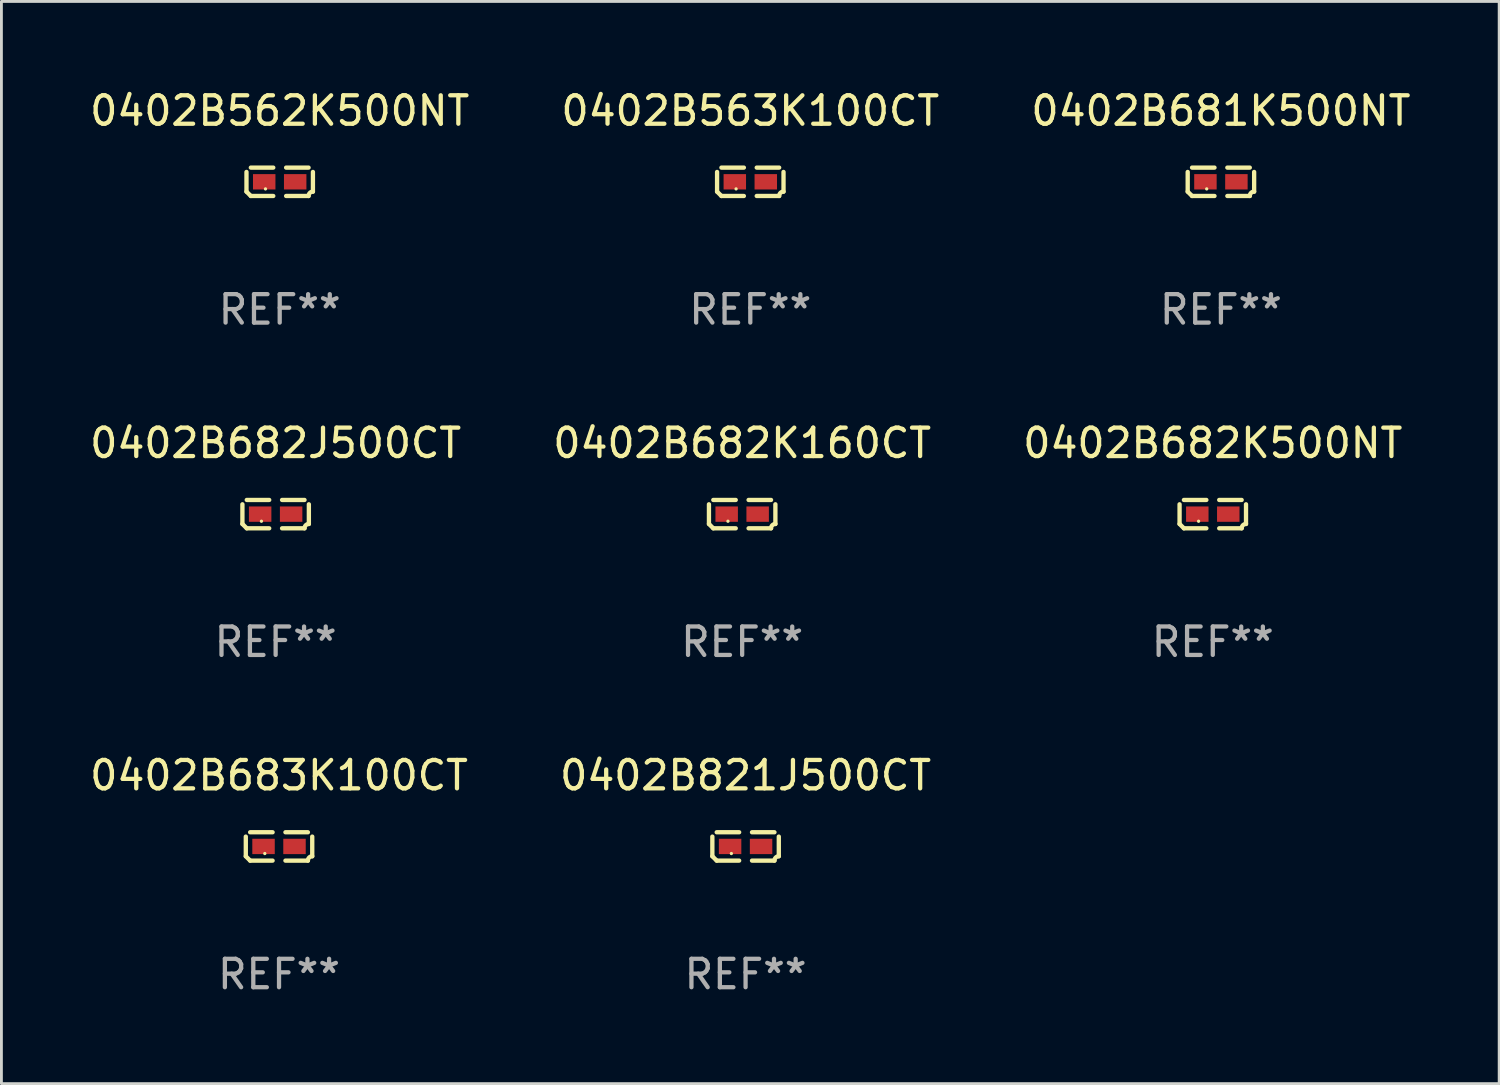
<source format=kicad_pcb>
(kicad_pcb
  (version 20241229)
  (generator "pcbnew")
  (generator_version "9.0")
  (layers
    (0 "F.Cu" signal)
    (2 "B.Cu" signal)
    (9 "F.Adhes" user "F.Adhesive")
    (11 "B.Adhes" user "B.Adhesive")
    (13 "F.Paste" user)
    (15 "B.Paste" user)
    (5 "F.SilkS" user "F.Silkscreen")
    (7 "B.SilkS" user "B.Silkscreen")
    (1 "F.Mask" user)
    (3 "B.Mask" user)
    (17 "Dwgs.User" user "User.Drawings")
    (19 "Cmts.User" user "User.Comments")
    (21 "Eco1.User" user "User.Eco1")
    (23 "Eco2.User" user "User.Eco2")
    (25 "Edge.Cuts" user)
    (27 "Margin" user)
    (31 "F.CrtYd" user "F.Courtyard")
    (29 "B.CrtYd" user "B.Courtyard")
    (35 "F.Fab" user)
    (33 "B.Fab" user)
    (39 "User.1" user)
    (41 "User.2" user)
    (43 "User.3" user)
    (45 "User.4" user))
  (footprint "0402B562K500NT"
    (layer "F.Cu")
    (at 6.792 3.347)
    (property "Reference" "0402B562K500NT" (at 0 -2.499 0) (layer "F.SilkS") (effects (font (size 1 1) (thickness 0.15))))
    (attr through_hole)
    (fp_line (start -1.169 0.346) (end -1.169 -0.346) (stroke (width 0.152) (type solid)) (layer "F.SilkS"))
    (fp_line (start -1.016 -0.499) (end -0.226 -0.499) (stroke (width 0.152) (type solid)) (layer "F.SilkS"))
    (fp_line (start -0.226 0.499) (end -1.016 0.499) (stroke (width 0.152) (type solid)) (layer "F.SilkS"))
    (fp_line (start 0.226 0.499) (end 1.016 0.499) (stroke (width 0.152) (type solid)) (layer "F.SilkS"))
    (fp_line (start 1.016 -0.499) (end 0.226 -0.499) (stroke (width 0.152) (type solid)) (layer "F.SilkS"))
    (fp_line (start 1.169 0.346) (end 1.169 -0.346) (stroke (width 0.152) (type solid)) (layer "F.SilkS"))
    (fp_arc (start -1.016307 0.498603) (mid -1.092512 0.422405) (end -1.16871 0.3462) (stroke (width 0.1524) (type solid)) (layer "F.SilkS"))
    (fp_arc (start 1.016307 0.498603) (mid 1.060899 0.390758) (end 1.168707 0.346076) (stroke (width 0.1524) (type solid)) (layer "F.SilkS"))
    (fp_circle (center -0.5 0.25) (end -0.47 0.25) (stroke (width 0.06) (type solid)) (fill no) (layer "F.SilkS"))
    (fp_text user "REF**" (at 0 4.499 0) (layer "F.Fab") (effects (font (size 1 1) (thickness 0.15))))
    (pad "1" smd rect (at -0.545 0) (size 0.79 0.54) (layers "F.Cu" "F.Mask" "F.Paste"))
    (pad "2" smd rect (at 0.545 0) (size 0.79 0.54) (layers "F.Cu" "F.Mask" "F.Paste")))
  (footprint "0402B563K100CT"
    (layer "F.Cu")
    (at 23.351 3.347)
    (property "Reference" "0402B563K100CT" (at 0 -2.499 0) (layer "F.SilkS") (effects (font (size 1 1) (thickness 0.15))))
    (attr through_hole)
    (fp_line (start -1.169 0.346) (end -1.169 -0.346) (stroke (width 0.152) (type solid)) (layer "F.SilkS"))
    (fp_line (start -1.016 -0.499) (end -0.226 -0.499) (stroke (width 0.152) (type solid)) (layer "F.SilkS"))
    (fp_line (start -0.226 0.499) (end -1.016 0.499) (stroke (width 0.152) (type solid)) (layer "F.SilkS"))
    (fp_line (start 0.226 0.499) (end 1.016 0.499) (stroke (width 0.152) (type solid)) (layer "F.SilkS"))
    (fp_line (start 1.016 -0.499) (end 0.226 -0.499) (stroke (width 0.152) (type solid)) (layer "F.SilkS"))
    (fp_line (start 1.169 0.346) (end 1.169 -0.346) (stroke (width 0.152) (type solid)) (layer "F.SilkS"))
    (fp_arc (start -1.016307 0.498603) (mid -1.092512 0.422405) (end -1.16871 0.3462) (stroke (width 0.1524) (type solid)) (layer "F.SilkS"))
    (fp_arc (start 1.016307 0.498603) (mid 1.060899 0.390758) (end 1.168707 0.346076) (stroke (width 0.1524) (type solid)) (layer "F.SilkS"))
    (fp_circle (center -0.5 0.25) (end -0.47 0.25) (stroke (width 0.06) (type solid)) (fill no) (layer "F.SilkS"))
    (fp_text user "REF**" (at 0 4.499 0) (layer "F.Fab") (effects (font (size 1 1) (thickness 0.15))))
    (pad "1" smd rect (at -0.545 0) (size 0.79 0.54) (layers "F.Cu" "F.Mask" "F.Paste"))
    (pad "2" smd rect (at 0.545 0) (size 0.79 0.54) (layers "F.Cu" "F.Mask" "F.Paste")))
  (footprint "0402B682J500CT"
    (layer "F.Cu")
    (at 6.649 15.041)
    (property "Reference" "0402B682J500CT" (at 0 -2.499 0) (layer "F.SilkS") (effects (font (size 1 1) (thickness 0.15))))
    (attr through_hole)
    (fp_line (start -1.169 0.346) (end -1.169 -0.346) (stroke (width 0.152) (type solid)) (layer "F.SilkS"))
    (fp_line (start -1.016 -0.499) (end -0.226 -0.499) (stroke (width 0.152) (type solid)) (layer "F.SilkS"))
    (fp_line (start -0.226 0.499) (end -1.016 0.499) (stroke (width 0.152) (type solid)) (layer "F.SilkS"))
    (fp_line (start 0.226 0.499) (end 1.016 0.499) (stroke (width 0.152) (type solid)) (layer "F.SilkS"))
    (fp_line (start 1.016 -0.499) (end 0.226 -0.499) (stroke (width 0.152) (type solid)) (layer "F.SilkS"))
    (fp_line (start 1.169 0.346) (end 1.169 -0.346) (stroke (width 0.152) (type solid)) (layer "F.SilkS"))
    (fp_arc (start -1.016307 0.498603) (mid -1.092512 0.422405) (end -1.16871 0.3462) (stroke (width 0.1524) (type solid)) (layer "F.SilkS"))
    (fp_arc (start 1.016307 0.498603) (mid 1.060899 0.390758) (end 1.168707 0.346076) (stroke (width 0.1524) (type solid)) (layer "F.SilkS"))
    (fp_circle (center -0.5 0.25) (end -0.47 0.25) (stroke (width 0.06) (type solid)) (fill no) (layer "F.SilkS"))
    (fp_text user "REF**" (at 0 4.499 0) (layer "F.Fab") (effects (font (size 1 1) (thickness 0.15))))
    (pad "1" smd rect (at -0.545 0) (size 0.79 0.54) (layers "F.Cu" "F.Mask" "F.Paste"))
    (pad "2" smd rect (at 0.545 0) (size 0.79 0.54) (layers "F.Cu" "F.Mask" "F.Paste")))
  (footprint "0402B681K500NT"
    (layer "F.Cu")
    (at 39.911 3.347)
    (property "Reference" "0402B681K500NT" (at 0 -2.499 0) (layer "F.SilkS") (effects (font (size 1 1) (thickness 0.15))))
    (attr through_hole)
    (fp_line (start -1.169 0.346) (end -1.169 -0.346) (stroke (width 0.152) (type solid)) (layer "F.SilkS"))
    (fp_line (start -1.016 -0.499) (end -0.226 -0.499) (stroke (width 0.152) (type solid)) (layer "F.SilkS"))
    (fp_line (start -0.226 0.499) (end -1.016 0.499) (stroke (width 0.152) (type solid)) (layer "F.SilkS"))
    (fp_line (start 0.226 0.499) (end 1.016 0.499) (stroke (width 0.152) (type solid)) (layer "F.SilkS"))
    (fp_line (start 1.016 -0.499) (end 0.226 -0.499) (stroke (width 0.152) (type solid)) (layer "F.SilkS"))
    (fp_line (start 1.169 0.346) (end 1.169 -0.346) (stroke (width 0.152) (type solid)) (layer "F.SilkS"))
    (fp_arc (start -1.016307 0.498603) (mid -1.092512 0.422405) (end -1.16871 0.3462) (stroke (width 0.1524) (type solid)) (layer "F.SilkS"))
    (fp_arc (start 1.016307 0.498603) (mid 1.060899 0.390758) (end 1.168707 0.346076) (stroke (width 0.1524) (type solid)) (layer "F.SilkS"))
    (fp_circle (center -0.5 0.25) (end -0.47 0.25) (stroke (width 0.06) (type solid)) (fill no) (layer "F.SilkS"))
    (fp_text user "REF**" (at 0 4.499 0) (layer "F.Fab") (effects (font (size 1 1) (thickness 0.15))))
    (pad "1" smd rect (at -0.545 0) (size 0.79 0.54) (layers "F.Cu" "F.Mask" "F.Paste"))
    (pad "2" smd rect (at 0.545 0) (size 0.79 0.54) (layers "F.Cu" "F.Mask" "F.Paste")))
  (footprint "0402B683K100CT"
    (layer "F.Cu")
    (at 6.768 26.734)
    (property "Reference" "0402B683K100CT" (at 0 -2.499 0) (layer "F.SilkS") (effects (font (size 1 1) (thickness 0.15))))
    (attr through_hole)
    (fp_line (start -1.169 0.346) (end -1.169 -0.346) (stroke (width 0.152) (type solid)) (layer "F.SilkS"))
    (fp_line (start -1.016 -0.499) (end -0.226 -0.499) (stroke (width 0.152) (type solid)) (layer "F.SilkS"))
    (fp_line (start -0.226 0.499) (end -1.016 0.499) (stroke (width 0.152) (type solid)) (layer "F.SilkS"))
    (fp_line (start 0.226 0.499) (end 1.016 0.499) (stroke (width 0.152) (type solid)) (layer "F.SilkS"))
    (fp_line (start 1.016 -0.499) (end 0.226 -0.499) (stroke (width 0.152) (type solid)) (layer "F.SilkS"))
    (fp_line (start 1.169 0.346) (end 1.169 -0.346) (stroke (width 0.152) (type solid)) (layer "F.SilkS"))
    (fp_arc (start -1.016307 0.498603) (mid -1.092512 0.422405) (end -1.16871 0.3462) (stroke (width 0.1524) (type solid)) (layer "F.SilkS"))
    (fp_arc (start 1.016307 0.498603) (mid 1.060899 0.390758) (end 1.168707 0.346076) (stroke (width 0.1524) (type solid)) (layer "F.SilkS"))
    (fp_circle (center -0.5 0.25) (end -0.47 0.25) (stroke (width 0.06) (type solid)) (fill no) (layer "F.SilkS"))
    (fp_text user "REF**" (at 0 4.499 0) (layer "F.Fab") (effects (font (size 1 1) (thickness 0.15))))
    (pad "1" smd rect (at -0.545 0) (size 0.79 0.54) (layers "F.Cu" "F.Mask" "F.Paste"))
    (pad "2" smd rect (at 0.545 0) (size 0.79 0.54) (layers "F.Cu" "F.Mask" "F.Paste")))
  (footprint "0402B682K160CT"
    (layer "F.Cu")
    (at 23.065 15.041)
    (property "Reference" "0402B682K160CT" (at 0 -2.499 0) (layer "F.SilkS") (effects (font (size 1 1) (thickness 0.15))))
    (attr through_hole)
    (fp_line (start -1.169 0.346) (end -1.169 -0.346) (stroke (width 0.152) (type solid)) (layer "F.SilkS"))
    (fp_line (start -1.016 -0.499) (end -0.226 -0.499) (stroke (width 0.152) (type solid)) (layer "F.SilkS"))
    (fp_line (start -0.226 0.499) (end -1.016 0.499) (stroke (width 0.152) (type solid)) (layer "F.SilkS"))
    (fp_line (start 0.226 0.499) (end 1.016 0.499) (stroke (width 0.152) (type solid)) (layer "F.SilkS"))
    (fp_line (start 1.016 -0.499) (end 0.226 -0.499) (stroke (width 0.152) (type solid)) (layer "F.SilkS"))
    (fp_line (start 1.169 0.346) (end 1.169 -0.346) (stroke (width 0.152) (type solid)) (layer "F.SilkS"))
    (fp_arc (start -1.016307 0.498603) (mid -1.092512 0.422405) (end -1.16871 0.3462) (stroke (width 0.1524) (type solid)) (layer "F.SilkS"))
    (fp_arc (start 1.016307 0.498603) (mid 1.060899 0.390758) (end 1.168707 0.346076) (stroke (width 0.1524) (type solid)) (layer "F.SilkS"))
    (fp_circle (center -0.5 0.25) (end -0.47 0.25) (stroke (width 0.06) (type solid)) (fill no) (layer "F.SilkS"))
    (fp_text user "REF**" (at 0 4.499 0) (layer "F.Fab") (effects (font (size 1 1) (thickness 0.15))))
    (pad "1" smd rect (at -0.545 0) (size 0.79 0.54) (layers "F.Cu" "F.Mask" "F.Paste"))
    (pad "2" smd rect (at 0.545 0) (size 0.79 0.54) (layers "F.Cu" "F.Mask" "F.Paste")))
  (footprint "0402B821J500CT"
    (layer "F.Cu")
    (at 23.185 26.734)
    (property "Reference" "0402B821J500CT" (at 0 -2.499 0) (layer "F.SilkS") (effects (font (size 1 1) (thickness 0.15))))
    (attr through_hole)
    (fp_line (start -1.169 0.346) (end -1.169 -0.346) (stroke (width 0.152) (type solid)) (layer "F.SilkS"))
    (fp_line (start -1.016 -0.499) (end -0.226 -0.499) (stroke (width 0.152) (type solid)) (layer "F.SilkS"))
    (fp_line (start -0.226 0.499) (end -1.016 0.499) (stroke (width 0.152) (type solid)) (layer "F.SilkS"))
    (fp_line (start 0.226 0.499) (end 1.016 0.499) (stroke (width 0.152) (type solid)) (layer "F.SilkS"))
    (fp_line (start 1.016 -0.499) (end 0.226 -0.499) (stroke (width 0.152) (type solid)) (layer "F.SilkS"))
    (fp_line (start 1.169 0.346) (end 1.169 -0.346) (stroke (width 0.152) (type solid)) (layer "F.SilkS"))
    (fp_arc (start -1.016307 0.498603) (mid -1.092512 0.422405) (end -1.16871 0.3462) (stroke (width 0.1524) (type solid)) (layer "F.SilkS"))
    (fp_arc (start 1.016307 0.498603) (mid 1.060899 0.390758) (end 1.168707 0.346076) (stroke (width 0.1524) (type solid)) (layer "F.SilkS"))
    (fp_circle (center -0.5 0.25) (end -0.47 0.25) (stroke (width 0.06) (type solid)) (fill no) (layer "F.SilkS"))
    (fp_text user "REF**" (at 0 4.499 0) (layer "F.Fab") (effects (font (size 1 1) (thickness 0.15))))
    (pad "1" smd rect (at -0.545 0) (size 0.79 0.54) (layers "F.Cu" "F.Mask" "F.Paste"))
    (pad "2" smd rect (at 0.545 0) (size 0.79 0.54) (layers "F.Cu" "F.Mask" "F.Paste")))
  (footprint "0402B682K500NT"
    (layer "F.Cu")
    (at 39.625 15.041)
    (property "Reference" "0402B682K500NT" (at 0 -2.499 0) (layer "F.SilkS") (effects (font (size 1 1) (thickness 0.15))))
    (attr through_hole)
    (fp_line (start -1.169 0.346) (end -1.169 -0.346) (stroke (width 0.152) (type solid)) (layer "F.SilkS"))
    (fp_line (start -1.016 -0.499) (end -0.226 -0.499) (stroke (width 0.152) (type solid)) (layer "F.SilkS"))
    (fp_line (start -0.226 0.499) (end -1.016 0.499) (stroke (width 0.152) (type solid)) (layer "F.SilkS"))
    (fp_line (start 0.226 0.499) (end 1.016 0.499) (stroke (width 0.152) (type solid)) (layer "F.SilkS"))
    (fp_line (start 1.016 -0.499) (end 0.226 -0.499) (stroke (width 0.152) (type solid)) (layer "F.SilkS"))
    (fp_line (start 1.169 0.346) (end 1.169 -0.346) (stroke (width 0.152) (type solid)) (layer "F.SilkS"))
    (fp_arc (start -1.016307 0.498603) (mid -1.092512 0.422405) (end -1.16871 0.3462) (stroke (width 0.1524) (type solid)) (layer "F.SilkS"))
    (fp_arc (start 1.016307 0.498603) (mid 1.060899 0.390758) (end 1.168707 0.346076) (stroke (width 0.1524) (type solid)) (layer "F.SilkS"))
    (fp_circle (center -0.5 0.25) (end -0.47 0.25) (stroke (width 0.06) (type solid)) (fill no) (layer "F.SilkS"))
    (fp_text user "REF**" (at 0 4.499 0) (layer "F.Fab") (effects (font (size 1 1) (thickness 0.15))))
    (pad "1" smd rect (at -0.545 0) (size 0.79 0.54) (layers "F.Cu" "F.Mask" "F.Paste"))
    (pad "2" smd rect (at 0.545 0) (size 0.79 0.54) (layers "F.Cu" "F.Mask" "F.Paste")))
  (gr_rect
    (start -3 -3)
    (end 49.702 35.081)
    (stroke (width 0.1) (type default))
    (fill no)
    (layer "Edge.Cuts")))
</source>
